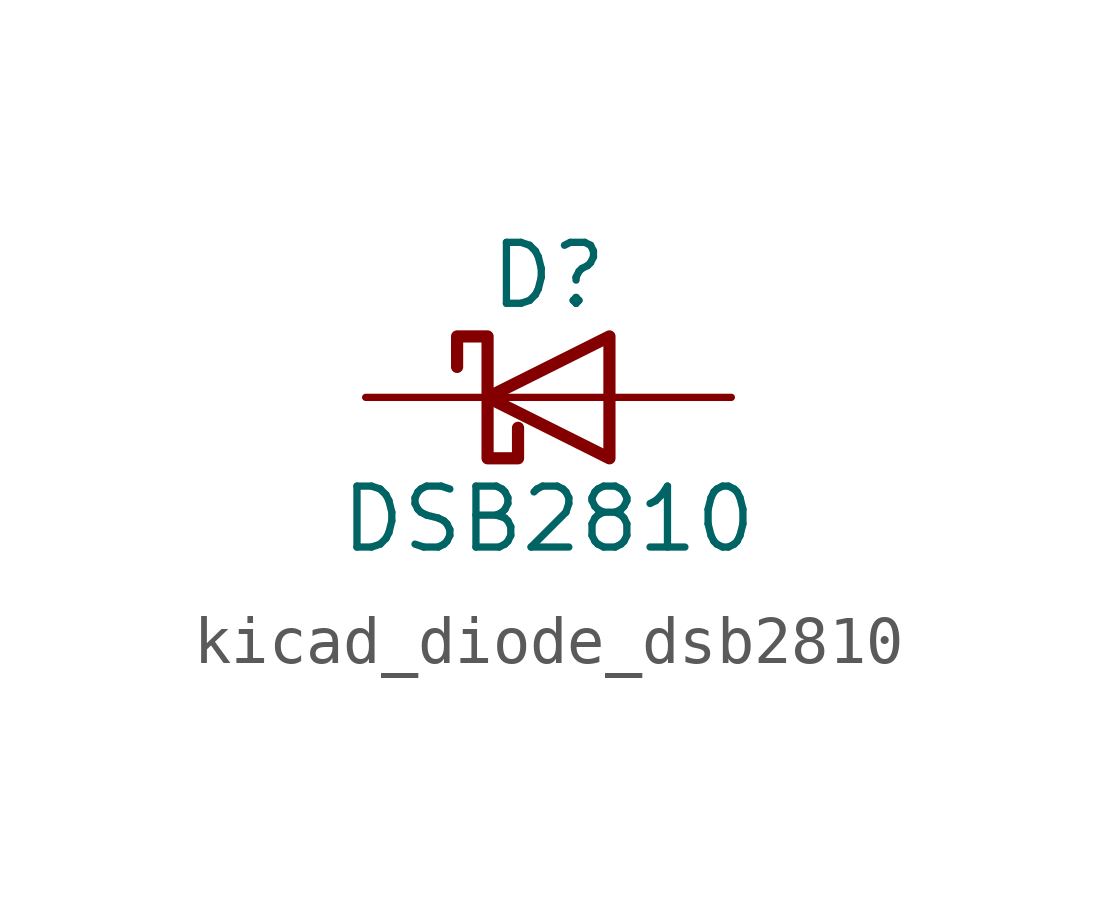
<source format=kicad_sym>
(kicad_symbol_lib
  (version 20220914)
  (generator kicad_symbol_editor)
  (symbol "kicad_diode_dsb2810"
    (pin_numbers hide)
    (pin_names
      (offset 1.016) hide)
    (property "Reference" "D"
      (at 0 2.54 0)
      (effects (font (size 1.27 1.27))))
    (property "Value" "DSB2810"
      (at 0 -2.54 0)
      (effects (font (size 1.27 1.27))))
    (symbol "kicad_diode_dsb2810_0_1"
      (polyline (pts (xy 1.27 0) (xy -1.27 0)) (stroke (width 0) (type default)) (fill (type none)))
      (polyline (pts (xy 1.27 1.27) (xy 1.27 -1.27) (xy -1.27 0) (xy 1.27 1.27)) (stroke (width 0.254) (type default)) (fill (type none)))
      (polyline (pts (xy -1.905 0.635) (xy -1.905 1.27) (xy -1.27 1.27) (xy -1.27 -1.27) (xy -0.635 -1.27) (xy -0.635 -0.635)) (stroke (width 0.254) (type default)) (fill (type none))))
    (symbol "kicad_diode_dsb2810_1_1"
      (pin passive line (at -3.81 0 0) (length 2.54) (name "K" (effects (font (size 1.27 1.27)))) (number "1" (effects (font (size 1.27 1.27)))))
      (pin passive line (at 3.81 0 180) (length 2.54) (name "A" (effects (font (size 1.27 1.27)))) (number "2" (effects (font (size 1.27 1.27))))))))
</source>
